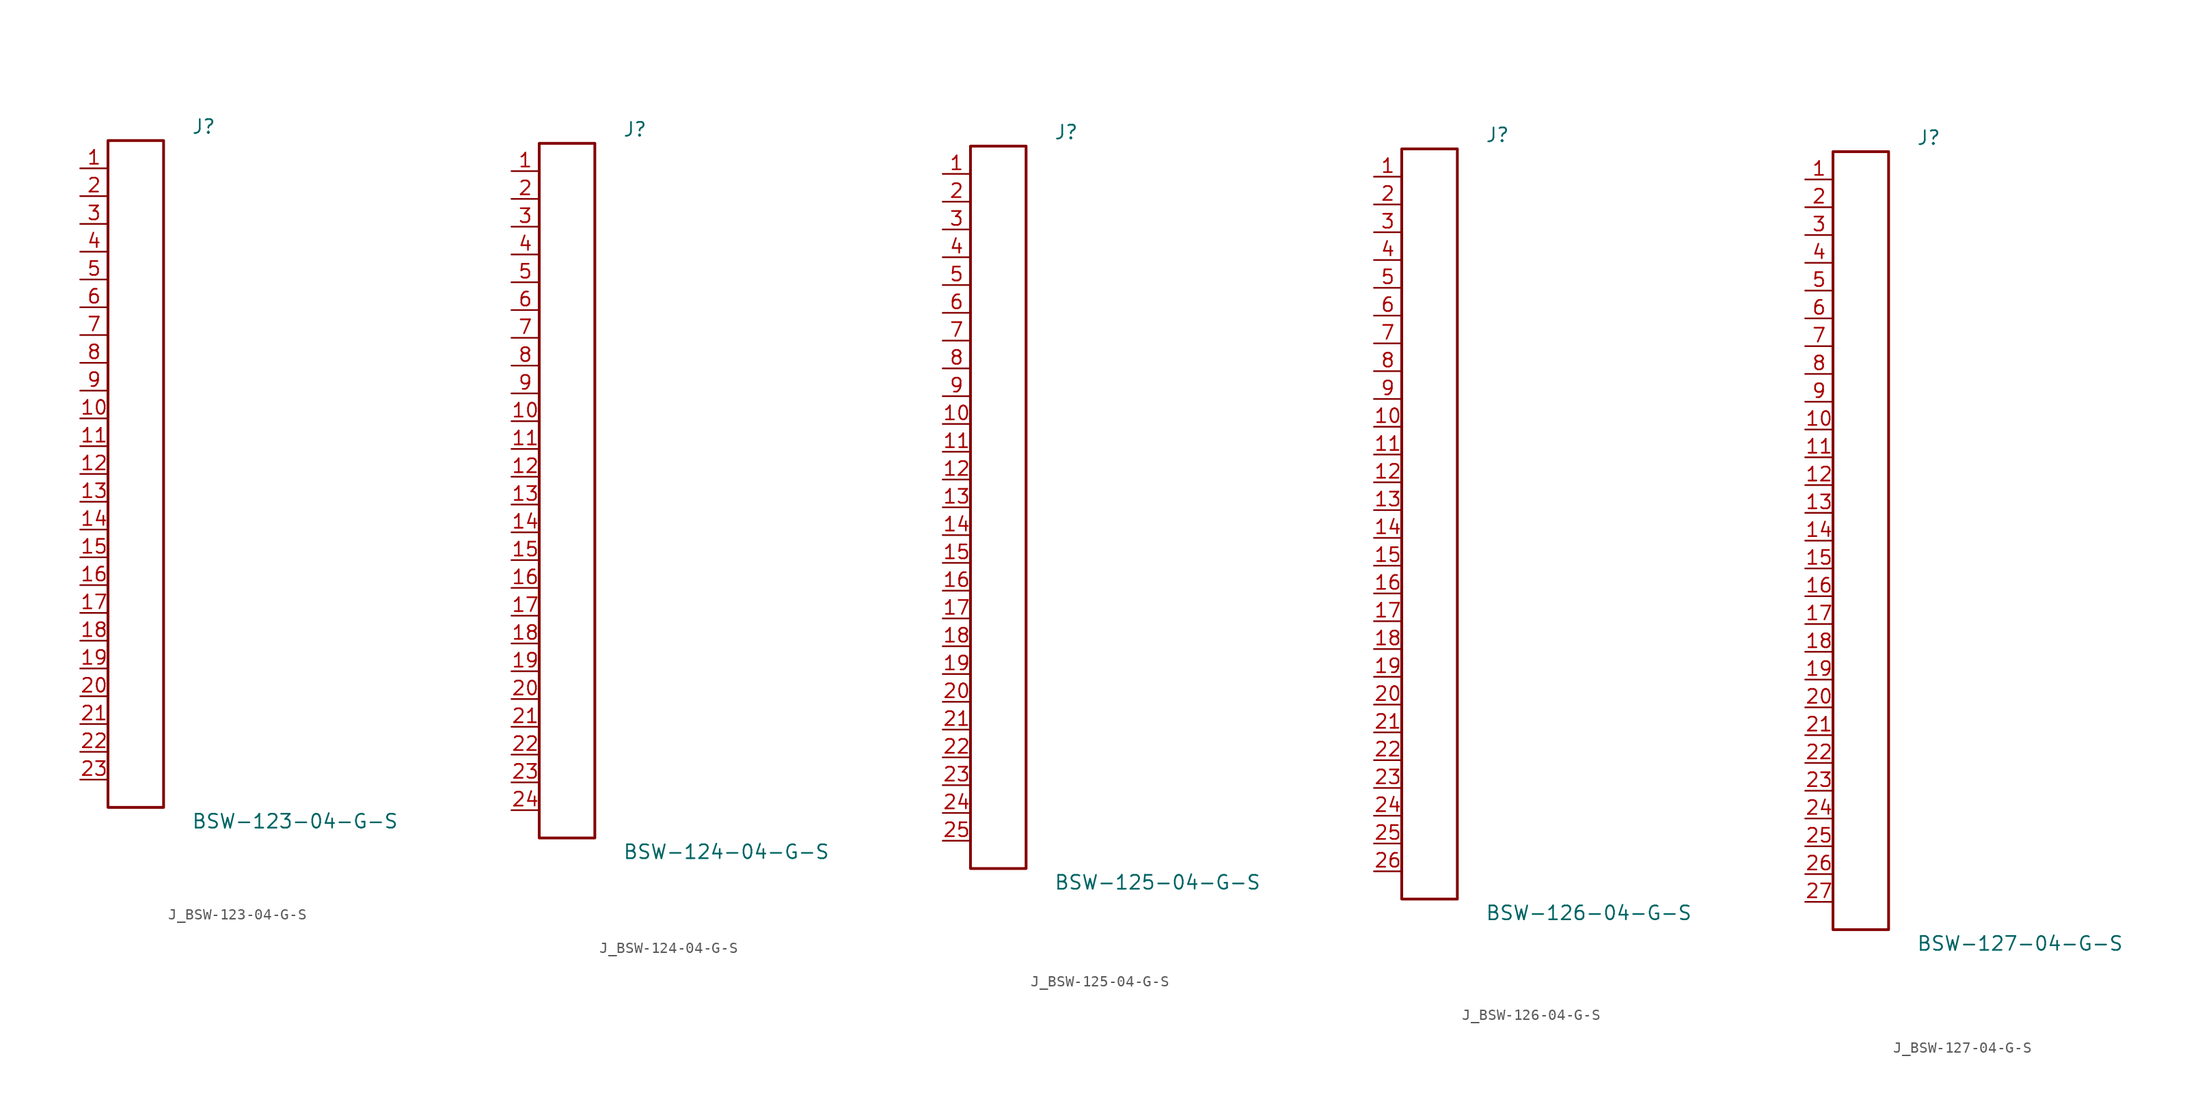
<source format=kicad_sym>
(kicad_symbol_lib
  (version 20231120)
  (generator kicad_symbol_editor)
  (generator_version 8.0)
  (symbol "J_BSW-123-04-G-S"
    (pin_names
      (offset 0.254))
    (property "Reference" "J"
      (at 5.08 31.75 0)
      (effects (font (size 1.27 1.27)) (justify left)))
    (property "Value" "BSW-123-04-G-S"
      (at 5.08 -31.75 0)
      (effects (font (size 1.27 1.27)) (justify left)))
    (symbol "J_BSW-123-04-G-S_0_0"
      (pin unspecified line (at -5.08 27.94 0) (length 2.54) (name "" (effects (font (size 1.27 1.27)))) (number "1" (effects (font (size 1.27 1.27)))))
      (pin unspecified line (at -5.08 25.4 0) (length 2.54) (name "" (effects (font (size 1.27 1.27)))) (number "2" (effects (font (size 1.27 1.27)))))
      (pin unspecified line (at -5.08 22.86 0) (length 2.54) (name "" (effects (font (size 1.27 1.27)))) (number "3" (effects (font (size 1.27 1.27)))))
      (pin unspecified line (at -5.08 20.32 0) (length 2.54) (name "" (effects (font (size 1.27 1.27)))) (number "4" (effects (font (size 1.27 1.27)))))
      (pin unspecified line (at -5.08 17.78 0) (length 2.54) (name "" (effects (font (size 1.27 1.27)))) (number "5" (effects (font (size 1.27 1.27)))))
      (pin unspecified line (at -5.08 15.24 0) (length 2.54) (name "" (effects (font (size 1.27 1.27)))) (number "6" (effects (font (size 1.27 1.27)))))
      (pin unspecified line (at -5.08 12.7 0) (length 2.54) (name "" (effects (font (size 1.27 1.27)))) (number "7" (effects (font (size 1.27 1.27)))))
      (pin unspecified line (at -5.08 10.16 0) (length 2.54) (name "" (effects (font (size 1.27 1.27)))) (number "8" (effects (font (size 1.27 1.27)))))
      (pin unspecified line (at -5.08 7.62 0) (length 2.54) (name "" (effects (font (size 1.27 1.27)))) (number "9" (effects (font (size 1.27 1.27)))))
      (pin unspecified line (at -5.08 5.08 0) (length 2.54) (name "" (effects (font (size 1.27 1.27)))) (number "10" (effects (font (size 1.27 1.27)))))
      (pin unspecified line (at -5.08 2.54 0) (length 2.54) (name "" (effects (font (size 1.27 1.27)))) (number "11" (effects (font (size 1.27 1.27)))))
      (pin unspecified line (at -5.08 0.0 0) (length 2.54) (name "" (effects (font (size 1.27 1.27)))) (number "12" (effects (font (size 1.27 1.27)))))
      (pin unspecified line (at -5.08 -2.54 0) (length 2.54) (name "" (effects (font (size 1.27 1.27)))) (number "13" (effects (font (size 1.27 1.27)))))
      (pin unspecified line (at -5.08 -5.08 0) (length 2.54) (name "" (effects (font (size 1.27 1.27)))) (number "14" (effects (font (size 1.27 1.27)))))
      (pin unspecified line (at -5.08 -7.62 0) (length 2.54) (name "" (effects (font (size 1.27 1.27)))) (number "15" (effects (font (size 1.27 1.27)))))
      (pin unspecified line (at -5.08 -10.16 0) (length 2.54) (name "" (effects (font (size 1.27 1.27)))) (number "16" (effects (font (size 1.27 1.27)))))
      (pin unspecified line (at -5.08 -12.7 0) (length 2.54) (name "" (effects (font (size 1.27 1.27)))) (number "17" (effects (font (size 1.27 1.27)))))
      (pin unspecified line (at -5.08 -15.24 0) (length 2.54) (name "" (effects (font (size 1.27 1.27)))) (number "18" (effects (font (size 1.27 1.27)))))
      (pin unspecified line (at -5.08 -17.78 0) (length 2.54) (name "" (effects (font (size 1.27 1.27)))) (number "19" (effects (font (size 1.27 1.27)))))
      (pin unspecified line (at -5.08 -20.32 0) (length 2.54) (name "" (effects (font (size 1.27 1.27)))) (number "20" (effects (font (size 1.27 1.27)))))
      (pin unspecified line (at -5.08 -22.86 0) (length 2.54) (name "" (effects (font (size 1.27 1.27)))) (number "21" (effects (font (size 1.27 1.27)))))
      (pin unspecified line (at -5.08 -25.4 0) (length 2.54) (name "" (effects (font (size 1.27 1.27)))) (number "22" (effects (font (size 1.27 1.27)))))
      (pin unspecified line (at -5.08 -27.94 0) (length 2.54) (name "" (effects (font (size 1.27 1.27)))) (number "23" (effects (font (size 1.27 1.27))))))
    (symbol "J_BSW-123-04-G-S_1_0"
      (rectangle (start -2.54 30.48) (end 2.54 -30.48) (stroke (width 0.254) (type solid)) (fill (type none)))))
  (symbol "J_BSW-124-04-G-S"
    (pin_names
      (offset 0.254))
    (property "Reference" "J"
      (at 5.08 33.02 0)
      (effects (font (size 1.27 1.27)) (justify left)))
    (property "Value" "BSW-124-04-G-S"
      (at 5.08 -33.02 0)
      (effects (font (size 1.27 1.27)) (justify left)))
    (symbol "J_BSW-124-04-G-S_0_0"
      (pin unspecified line (at -5.08 29.21 0) (length 2.54) (name "" (effects (font (size 1.27 1.27)))) (number "1" (effects (font (size 1.27 1.27)))))
      (pin unspecified line (at -5.08 26.67 0) (length 2.54) (name "" (effects (font (size 1.27 1.27)))) (number "2" (effects (font (size 1.27 1.27)))))
      (pin unspecified line (at -5.08 24.13 0) (length 2.54) (name "" (effects (font (size 1.27 1.27)))) (number "3" (effects (font (size 1.27 1.27)))))
      (pin unspecified line (at -5.08 21.59 0) (length 2.54) (name "" (effects (font (size 1.27 1.27)))) (number "4" (effects (font (size 1.27 1.27)))))
      (pin unspecified line (at -5.08 19.05 0) (length 2.54) (name "" (effects (font (size 1.27 1.27)))) (number "5" (effects (font (size 1.27 1.27)))))
      (pin unspecified line (at -5.08 16.51 0) (length 2.54) (name "" (effects (font (size 1.27 1.27)))) (number "6" (effects (font (size 1.27 1.27)))))
      (pin unspecified line (at -5.08 13.97 0) (length 2.54) (name "" (effects (font (size 1.27 1.27)))) (number "7" (effects (font (size 1.27 1.27)))))
      (pin unspecified line (at -5.08 11.43 0) (length 2.54) (name "" (effects (font (size 1.27 1.27)))) (number "8" (effects (font (size 1.27 1.27)))))
      (pin unspecified line (at -5.08 8.89 0) (length 2.54) (name "" (effects (font (size 1.27 1.27)))) (number "9" (effects (font (size 1.27 1.27)))))
      (pin unspecified line (at -5.08 6.35 0) (length 2.54) (name "" (effects (font (size 1.27 1.27)))) (number "10" (effects (font (size 1.27 1.27)))))
      (pin unspecified line (at -5.08 3.81 0) (length 2.54) (name "" (effects (font (size 1.27 1.27)))) (number "11" (effects (font (size 1.27 1.27)))))
      (pin unspecified line (at -5.08 1.27 0) (length 2.54) (name "" (effects (font (size 1.27 1.27)))) (number "12" (effects (font (size 1.27 1.27)))))
      (pin unspecified line (at -5.08 -1.27 0) (length 2.54) (name "" (effects (font (size 1.27 1.27)))) (number "13" (effects (font (size 1.27 1.27)))))
      (pin unspecified line (at -5.08 -3.81 0) (length 2.54) (name "" (effects (font (size 1.27 1.27)))) (number "14" (effects (font (size 1.27 1.27)))))
      (pin unspecified line (at -5.08 -6.35 0) (length 2.54) (name "" (effects (font (size 1.27 1.27)))) (number "15" (effects (font (size 1.27 1.27)))))
      (pin unspecified line (at -5.08 -8.89 0) (length 2.54) (name "" (effects (font (size 1.27 1.27)))) (number "16" (effects (font (size 1.27 1.27)))))
      (pin unspecified line (at -5.08 -11.43 0) (length 2.54) (name "" (effects (font (size 1.27 1.27)))) (number "17" (effects (font (size 1.27 1.27)))))
      (pin unspecified line (at -5.08 -13.97 0) (length 2.54) (name "" (effects (font (size 1.27 1.27)))) (number "18" (effects (font (size 1.27 1.27)))))
      (pin unspecified line (at -5.08 -16.51 0) (length 2.54) (name "" (effects (font (size 1.27 1.27)))) (number "19" (effects (font (size 1.27 1.27)))))
      (pin unspecified line (at -5.08 -19.05 0) (length 2.54) (name "" (effects (font (size 1.27 1.27)))) (number "20" (effects (font (size 1.27 1.27)))))
      (pin unspecified line (at -5.08 -21.59 0) (length 2.54) (name "" (effects (font (size 1.27 1.27)))) (number "21" (effects (font (size 1.27 1.27)))))
      (pin unspecified line (at -5.08 -24.13 0) (length 2.54) (name "" (effects (font (size 1.27 1.27)))) (number "22" (effects (font (size 1.27 1.27)))))
      (pin unspecified line (at -5.08 -26.67 0) (length 2.54) (name "" (effects (font (size 1.27 1.27)))) (number "23" (effects (font (size 1.27 1.27)))))
      (pin unspecified line (at -5.08 -29.21 0) (length 2.54) (name "" (effects (font (size 1.27 1.27)))) (number "24" (effects (font (size 1.27 1.27))))))
    (symbol "J_BSW-124-04-G-S_1_0"
      (rectangle (start -2.54 31.75) (end 2.54 -31.75) (stroke (width 0.254) (type solid)) (fill (type none)))))
  (symbol "J_BSW-125-04-G-S"
    (pin_names
      (offset 0.254))
    (property "Reference" "J"
      (at 5.08 34.29 0)
      (effects (font (size 1.27 1.27)) (justify left)))
    (property "Value" "BSW-125-04-G-S"
      (at 5.08 -34.29 0)
      (effects (font (size 1.27 1.27)) (justify left)))
    (symbol "J_BSW-125-04-G-S_0_0"
      (pin unspecified line (at -5.08 30.48 0) (length 2.54) (name "" (effects (font (size 1.27 1.27)))) (number "1" (effects (font (size 1.27 1.27)))))
      (pin unspecified line (at -5.08 27.94 0) (length 2.54) (name "" (effects (font (size 1.27 1.27)))) (number "2" (effects (font (size 1.27 1.27)))))
      (pin unspecified line (at -5.08 25.4 0) (length 2.54) (name "" (effects (font (size 1.27 1.27)))) (number "3" (effects (font (size 1.27 1.27)))))
      (pin unspecified line (at -5.08 22.86 0) (length 2.54) (name "" (effects (font (size 1.27 1.27)))) (number "4" (effects (font (size 1.27 1.27)))))
      (pin unspecified line (at -5.08 20.32 0) (length 2.54) (name "" (effects (font (size 1.27 1.27)))) (number "5" (effects (font (size 1.27 1.27)))))
      (pin unspecified line (at -5.08 17.78 0) (length 2.54) (name "" (effects (font (size 1.27 1.27)))) (number "6" (effects (font (size 1.27 1.27)))))
      (pin unspecified line (at -5.08 15.24 0) (length 2.54) (name "" (effects (font (size 1.27 1.27)))) (number "7" (effects (font (size 1.27 1.27)))))
      (pin unspecified line (at -5.08 12.7 0) (length 2.54) (name "" (effects (font (size 1.27 1.27)))) (number "8" (effects (font (size 1.27 1.27)))))
      (pin unspecified line (at -5.08 10.16 0) (length 2.54) (name "" (effects (font (size 1.27 1.27)))) (number "9" (effects (font (size 1.27 1.27)))))
      (pin unspecified line (at -5.08 7.62 0) (length 2.54) (name "" (effects (font (size 1.27 1.27)))) (number "10" (effects (font (size 1.27 1.27)))))
      (pin unspecified line (at -5.08 5.08 0) (length 2.54) (name "" (effects (font (size 1.27 1.27)))) (number "11" (effects (font (size 1.27 1.27)))))
      (pin unspecified line (at -5.08 2.54 0) (length 2.54) (name "" (effects (font (size 1.27 1.27)))) (number "12" (effects (font (size 1.27 1.27)))))
      (pin unspecified line (at -5.08 0.0 0) (length 2.54) (name "" (effects (font (size 1.27 1.27)))) (number "13" (effects (font (size 1.27 1.27)))))
      (pin unspecified line (at -5.08 -2.54 0) (length 2.54) (name "" (effects (font (size 1.27 1.27)))) (number "14" (effects (font (size 1.27 1.27)))))
      (pin unspecified line (at -5.08 -5.08 0) (length 2.54) (name "" (effects (font (size 1.27 1.27)))) (number "15" (effects (font (size 1.27 1.27)))))
      (pin unspecified line (at -5.08 -7.62 0) (length 2.54) (name "" (effects (font (size 1.27 1.27)))) (number "16" (effects (font (size 1.27 1.27)))))
      (pin unspecified line (at -5.08 -10.16 0) (length 2.54) (name "" (effects (font (size 1.27 1.27)))) (number "17" (effects (font (size 1.27 1.27)))))
      (pin unspecified line (at -5.08 -12.7 0) (length 2.54) (name "" (effects (font (size 1.27 1.27)))) (number "18" (effects (font (size 1.27 1.27)))))
      (pin unspecified line (at -5.08 -15.24 0) (length 2.54) (name "" (effects (font (size 1.27 1.27)))) (number "19" (effects (font (size 1.27 1.27)))))
      (pin unspecified line (at -5.08 -17.78 0) (length 2.54) (name "" (effects (font (size 1.27 1.27)))) (number "20" (effects (font (size 1.27 1.27)))))
      (pin unspecified line (at -5.08 -20.32 0) (length 2.54) (name "" (effects (font (size 1.27 1.27)))) (number "21" (effects (font (size 1.27 1.27)))))
      (pin unspecified line (at -5.08 -22.86 0) (length 2.54) (name "" (effects (font (size 1.27 1.27)))) (number "22" (effects (font (size 1.27 1.27)))))
      (pin unspecified line (at -5.08 -25.4 0) (length 2.54) (name "" (effects (font (size 1.27 1.27)))) (number "23" (effects (font (size 1.27 1.27)))))
      (pin unspecified line (at -5.08 -27.94 0) (length 2.54) (name "" (effects (font (size 1.27 1.27)))) (number "24" (effects (font (size 1.27 1.27)))))
      (pin unspecified line (at -5.08 -30.48 0) (length 2.54) (name "" (effects (font (size 1.27 1.27)))) (number "25" (effects (font (size 1.27 1.27))))))
    (symbol "J_BSW-125-04-G-S_1_0"
      (rectangle (start -2.54 33.02) (end 2.54 -33.02) (stroke (width 0.254) (type solid)) (fill (type none)))))
  (symbol "J_BSW-126-04-G-S"
    (pin_names
      (offset 0.254))
    (property "Reference" "J"
      (at 5.08 35.56 0)
      (effects (font (size 1.27 1.27)) (justify left)))
    (property "Value" "BSW-126-04-G-S"
      (at 5.08 -35.56 0)
      (effects (font (size 1.27 1.27)) (justify left)))
    (symbol "J_BSW-126-04-G-S_0_0"
      (pin unspecified line (at -5.08 31.75 0) (length 2.54) (name "" (effects (font (size 1.27 1.27)))) (number "1" (effects (font (size 1.27 1.27)))))
      (pin unspecified line (at -5.08 29.21 0) (length 2.54) (name "" (effects (font (size 1.27 1.27)))) (number "2" (effects (font (size 1.27 1.27)))))
      (pin unspecified line (at -5.08 26.67 0) (length 2.54) (name "" (effects (font (size 1.27 1.27)))) (number "3" (effects (font (size 1.27 1.27)))))
      (pin unspecified line (at -5.08 24.13 0) (length 2.54) (name "" (effects (font (size 1.27 1.27)))) (number "4" (effects (font (size 1.27 1.27)))))
      (pin unspecified line (at -5.08 21.59 0) (length 2.54) (name "" (effects (font (size 1.27 1.27)))) (number "5" (effects (font (size 1.27 1.27)))))
      (pin unspecified line (at -5.08 19.05 0) (length 2.54) (name "" (effects (font (size 1.27 1.27)))) (number "6" (effects (font (size 1.27 1.27)))))
      (pin unspecified line (at -5.08 16.51 0) (length 2.54) (name "" (effects (font (size 1.27 1.27)))) (number "7" (effects (font (size 1.27 1.27)))))
      (pin unspecified line (at -5.08 13.97 0) (length 2.54) (name "" (effects (font (size 1.27 1.27)))) (number "8" (effects (font (size 1.27 1.27)))))
      (pin unspecified line (at -5.08 11.43 0) (length 2.54) (name "" (effects (font (size 1.27 1.27)))) (number "9" (effects (font (size 1.27 1.27)))))
      (pin unspecified line (at -5.08 8.89 0) (length 2.54) (name "" (effects (font (size 1.27 1.27)))) (number "10" (effects (font (size 1.27 1.27)))))
      (pin unspecified line (at -5.08 6.35 0) (length 2.54) (name "" (effects (font (size 1.27 1.27)))) (number "11" (effects (font (size 1.27 1.27)))))
      (pin unspecified line (at -5.08 3.81 0) (length 2.54) (name "" (effects (font (size 1.27 1.27)))) (number "12" (effects (font (size 1.27 1.27)))))
      (pin unspecified line (at -5.08 1.27 0) (length 2.54) (name "" (effects (font (size 1.27 1.27)))) (number "13" (effects (font (size 1.27 1.27)))))
      (pin unspecified line (at -5.08 -1.27 0) (length 2.54) (name "" (effects (font (size 1.27 1.27)))) (number "14" (effects (font (size 1.27 1.27)))))
      (pin unspecified line (at -5.08 -3.81 0) (length 2.54) (name "" (effects (font (size 1.27 1.27)))) (number "15" (effects (font (size 1.27 1.27)))))
      (pin unspecified line (at -5.08 -6.35 0) (length 2.54) (name "" (effects (font (size 1.27 1.27)))) (number "16" (effects (font (size 1.27 1.27)))))
      (pin unspecified line (at -5.08 -8.89 0) (length 2.54) (name "" (effects (font (size 1.27 1.27)))) (number "17" (effects (font (size 1.27 1.27)))))
      (pin unspecified line (at -5.08 -11.43 0) (length 2.54) (name "" (effects (font (size 1.27 1.27)))) (number "18" (effects (font (size 1.27 1.27)))))
      (pin unspecified line (at -5.08 -13.97 0) (length 2.54) (name "" (effects (font (size 1.27 1.27)))) (number "19" (effects (font (size 1.27 1.27)))))
      (pin unspecified line (at -5.08 -16.51 0) (length 2.54) (name "" (effects (font (size 1.27 1.27)))) (number "20" (effects (font (size 1.27 1.27)))))
      (pin unspecified line (at -5.08 -19.05 0) (length 2.54) (name "" (effects (font (size 1.27 1.27)))) (number "21" (effects (font (size 1.27 1.27)))))
      (pin unspecified line (at -5.08 -21.59 0) (length 2.54) (name "" (effects (font (size 1.27 1.27)))) (number "22" (effects (font (size 1.27 1.27)))))
      (pin unspecified line (at -5.08 -24.13 0) (length 2.54) (name "" (effects (font (size 1.27 1.27)))) (number "23" (effects (font (size 1.27 1.27)))))
      (pin unspecified line (at -5.08 -26.67 0) (length 2.54) (name "" (effects (font (size 1.27 1.27)))) (number "24" (effects (font (size 1.27 1.27)))))
      (pin unspecified line (at -5.08 -29.21 0) (length 2.54) (name "" (effects (font (size 1.27 1.27)))) (number "25" (effects (font (size 1.27 1.27)))))
      (pin unspecified line (at -5.08 -31.75 0) (length 2.54) (name "" (effects (font (size 1.27 1.27)))) (number "26" (effects (font (size 1.27 1.27))))))
    (symbol "J_BSW-126-04-G-S_1_0"
      (rectangle (start -2.54 34.29) (end 2.54 -34.29) (stroke (width 0.254) (type solid)) (fill (type none)))))
  (symbol "J_BSW-127-04-G-S"
    (pin_names
      (offset 0.254))
    (property "Reference" "J"
      (at 5.08 36.83 0)
      (effects (font (size 1.27 1.27)) (justify left)))
    (property "Value" "BSW-127-04-G-S"
      (at 5.08 -36.83 0)
      (effects (font (size 1.27 1.27)) (justify left)))
    (symbol "J_BSW-127-04-G-S_0_0"
      (pin unspecified line (at -5.08 33.02 0) (length 2.54) (name "" (effects (font (size 1.27 1.27)))) (number "1" (effects (font (size 1.27 1.27)))))
      (pin unspecified line (at -5.08 30.48 0) (length 2.54) (name "" (effects (font (size 1.27 1.27)))) (number "2" (effects (font (size 1.27 1.27)))))
      (pin unspecified line (at -5.08 27.94 0) (length 2.54) (name "" (effects (font (size 1.27 1.27)))) (number "3" (effects (font (size 1.27 1.27)))))
      (pin unspecified line (at -5.08 25.4 0) (length 2.54) (name "" (effects (font (size 1.27 1.27)))) (number "4" (effects (font (size 1.27 1.27)))))
      (pin unspecified line (at -5.08 22.86 0) (length 2.54) (name "" (effects (font (size 1.27 1.27)))) (number "5" (effects (font (size 1.27 1.27)))))
      (pin unspecified line (at -5.08 20.32 0) (length 2.54) (name "" (effects (font (size 1.27 1.27)))) (number "6" (effects (font (size 1.27 1.27)))))
      (pin unspecified line (at -5.08 17.78 0) (length 2.54) (name "" (effects (font (size 1.27 1.27)))) (number "7" (effects (font (size 1.27 1.27)))))
      (pin unspecified line (at -5.08 15.24 0) (length 2.54) (name "" (effects (font (size 1.27 1.27)))) (number "8" (effects (font (size 1.27 1.27)))))
      (pin unspecified line (at -5.08 12.7 0) (length 2.54) (name "" (effects (font (size 1.27 1.27)))) (number "9" (effects (font (size 1.27 1.27)))))
      (pin unspecified line (at -5.08 10.16 0) (length 2.54) (name "" (effects (font (size 1.27 1.27)))) (number "10" (effects (font (size 1.27 1.27)))))
      (pin unspecified line (at -5.08 7.62 0) (length 2.54) (name "" (effects (font (size 1.27 1.27)))) (number "11" (effects (font (size 1.27 1.27)))))
      (pin unspecified line (at -5.08 5.08 0) (length 2.54) (name "" (effects (font (size 1.27 1.27)))) (number "12" (effects (font (size 1.27 1.27)))))
      (pin unspecified line (at -5.08 2.54 0) (length 2.54) (name "" (effects (font (size 1.27 1.27)))) (number "13" (effects (font (size 1.27 1.27)))))
      (pin unspecified line (at -5.08 0.0 0) (length 2.54) (name "" (effects (font (size 1.27 1.27)))) (number "14" (effects (font (size 1.27 1.27)))))
      (pin unspecified line (at -5.08 -2.54 0) (length 2.54) (name "" (effects (font (size 1.27 1.27)))) (number "15" (effects (font (size 1.27 1.27)))))
      (pin unspecified line (at -5.08 -5.08 0) (length 2.54) (name "" (effects (font (size 1.27 1.27)))) (number "16" (effects (font (size 1.27 1.27)))))
      (pin unspecified line (at -5.08 -7.62 0) (length 2.54) (name "" (effects (font (size 1.27 1.27)))) (number "17" (effects (font (size 1.27 1.27)))))
      (pin unspecified line (at -5.08 -10.16 0) (length 2.54) (name "" (effects (font (size 1.27 1.27)))) (number "18" (effects (font (size 1.27 1.27)))))
      (pin unspecified line (at -5.08 -12.7 0) (length 2.54) (name "" (effects (font (size 1.27 1.27)))) (number "19" (effects (font (size 1.27 1.27)))))
      (pin unspecified line (at -5.08 -15.24 0) (length 2.54) (name "" (effects (font (size 1.27 1.27)))) (number "20" (effects (font (size 1.27 1.27)))))
      (pin unspecified line (at -5.08 -17.78 0) (length 2.54) (name "" (effects (font (size 1.27 1.27)))) (number "21" (effects (font (size 1.27 1.27)))))
      (pin unspecified line (at -5.08 -20.32 0) (length 2.54) (name "" (effects (font (size 1.27 1.27)))) (number "22" (effects (font (size 1.27 1.27)))))
      (pin unspecified line (at -5.08 -22.86 0) (length 2.54) (name "" (effects (font (size 1.27 1.27)))) (number "23" (effects (font (size 1.27 1.27)))))
      (pin unspecified line (at -5.08 -25.4 0) (length 2.54) (name "" (effects (font (size 1.27 1.27)))) (number "24" (effects (font (size 1.27 1.27)))))
      (pin unspecified line (at -5.08 -27.94 0) (length 2.54) (name "" (effects (font (size 1.27 1.27)))) (number "25" (effects (font (size 1.27 1.27)))))
      (pin unspecified line (at -5.08 -30.48 0) (length 2.54) (name "" (effects (font (size 1.27 1.27)))) (number "26" (effects (font (size 1.27 1.27)))))
      (pin unspecified line (at -5.08 -33.02 0) (length 2.54) (name "" (effects (font (size 1.27 1.27)))) (number "27" (effects (font (size 1.27 1.27))))))
    (symbol "J_BSW-127-04-G-S_1_0"
      (rectangle (start -2.54 35.56) (end 2.54 -35.56) (stroke (width 0.254) (type solid)) (fill (type none))))))
</source>
